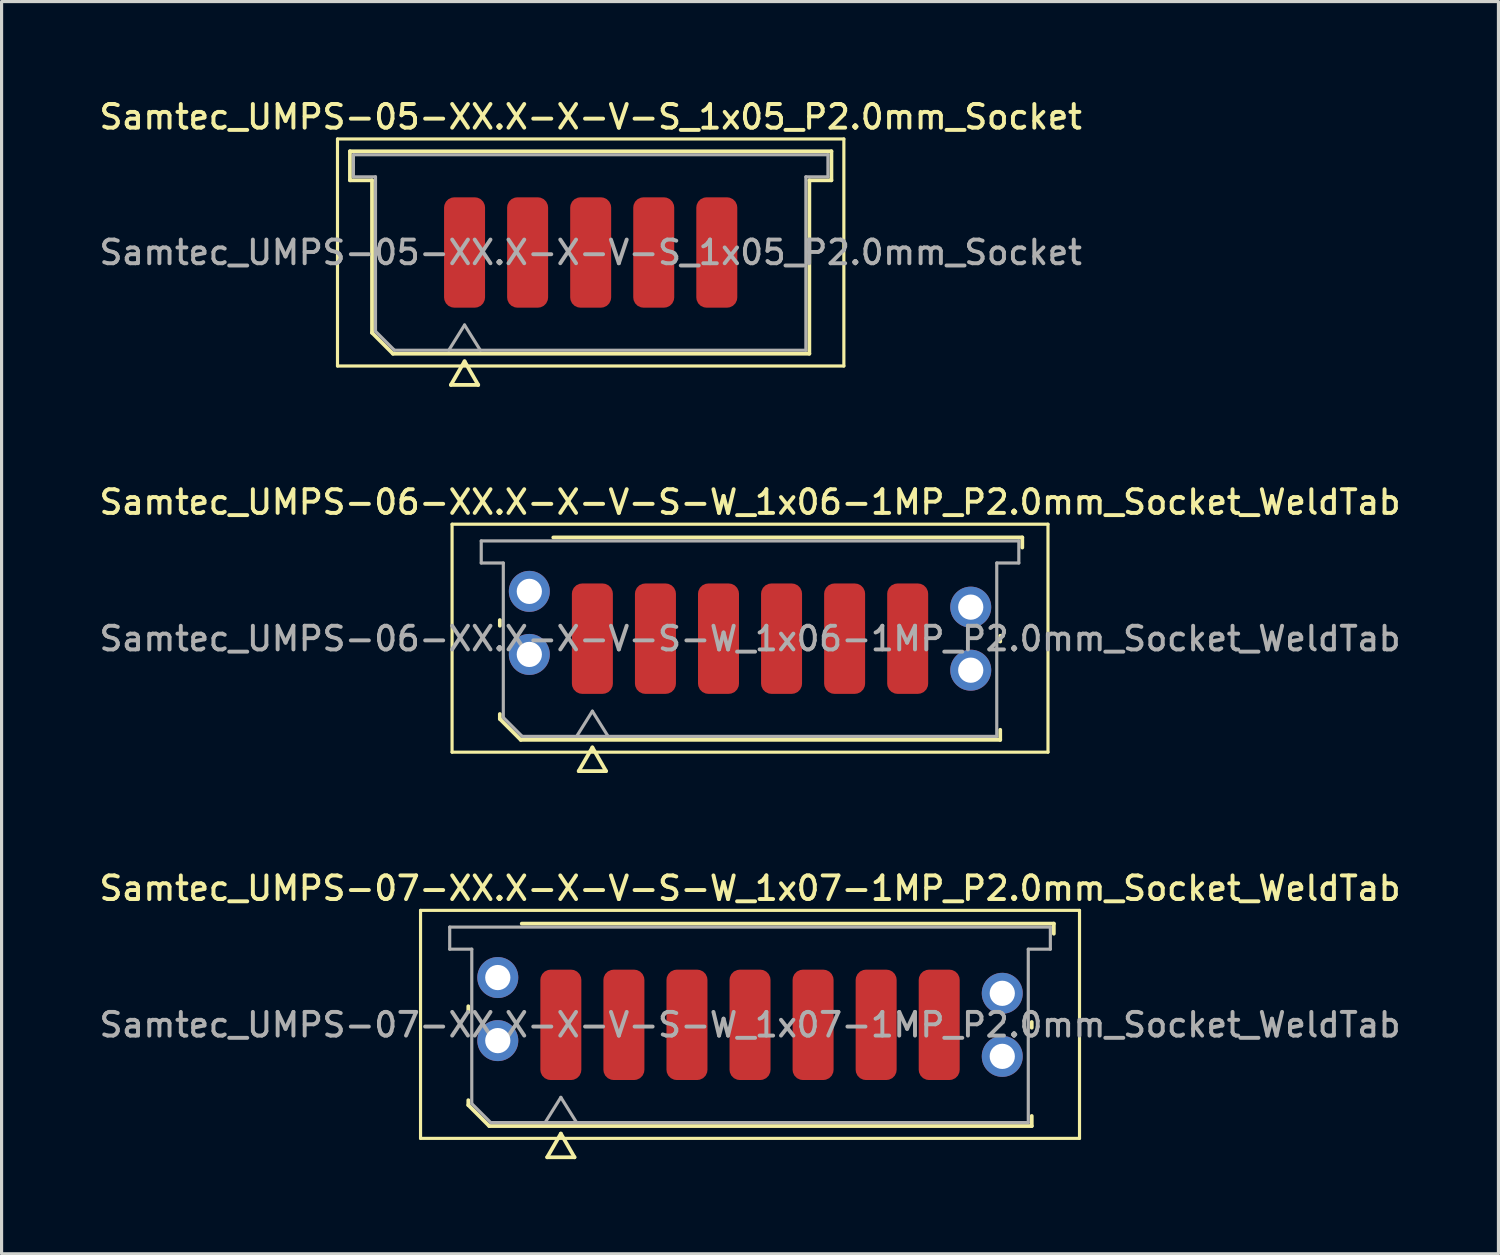
<source format=kicad_pcb>
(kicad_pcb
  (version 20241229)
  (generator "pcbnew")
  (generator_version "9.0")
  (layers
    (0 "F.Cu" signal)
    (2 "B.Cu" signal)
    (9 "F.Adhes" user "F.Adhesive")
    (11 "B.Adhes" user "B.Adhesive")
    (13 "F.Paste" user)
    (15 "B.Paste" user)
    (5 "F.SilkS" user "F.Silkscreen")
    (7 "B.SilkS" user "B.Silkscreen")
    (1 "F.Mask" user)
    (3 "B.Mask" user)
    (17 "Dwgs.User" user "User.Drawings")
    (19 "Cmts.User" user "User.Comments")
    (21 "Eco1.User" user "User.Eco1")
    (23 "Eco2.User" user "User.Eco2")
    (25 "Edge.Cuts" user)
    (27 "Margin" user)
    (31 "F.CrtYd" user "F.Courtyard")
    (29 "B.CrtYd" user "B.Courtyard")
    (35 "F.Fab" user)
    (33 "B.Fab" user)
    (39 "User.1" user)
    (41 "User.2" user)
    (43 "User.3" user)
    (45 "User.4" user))
  (footprint "Samtec_UMPS-06-XX.X-X-V-S-W_1x06-1MP_P2.0mm_Socket_WeldTab"
    (layer "F.Cu")
    (at 20.738 17.206)
    (property "Reference" "Samtec_UMPS-06-XX.X-X-V-S-W_1x06-1MP_P2.0mm_Socket_WeldTab" (at 0 -4.33 0) (layer "F.SilkS") (effects (font (size 0.75 0.75) (thickness 0.125))))
    (attr smd)
    (fp_line (start -9.45 -3.63) (end -9.45 3.6) (stroke (width 0.1) (type solid)) (layer "F.SilkS"))
    (fp_line (start -9.45 3.6) (end 9.45 3.6) (stroke (width 0.1) (type solid)) (layer "F.SilkS"))
    (fp_line (start -7.935 -0.41) (end -7.935 -0.59) (stroke (width 0.12) (type solid)) (layer "F.SilkS"))
    (fp_line (start -7.935 2.546) (end -7.935 2.39) (stroke (width 0.12) (type solid)) (layer "F.SilkS"))
    (fp_line (start -7.271 3.21) (end -7.935 2.546) (stroke (width 0.12) (type solid)) (layer "F.SilkS"))
    (fp_line (start -6.24 -3.21) (end 8.635 -3.21) (stroke (width 0.12) (type solid)) (layer "F.SilkS"))
    (fp_line (start -5.433 4.2) (end -5 3.45) (stroke (width 0.12) (type solid)) (layer "F.SilkS"))
    (fp_line (start -5 3.45) (end -4.567 4.2) (stroke (width 0.12) (type solid)) (layer "F.SilkS"))
    (fp_line (start -4.567 4.2) (end -5.433 4.2) (stroke (width 0.12) (type solid)) (layer "F.SilkS"))
    (fp_line (start 7.935 -0.09) (end 7.935 0.09) (stroke (width 0.12) (type solid)) (layer "F.SilkS"))
    (fp_line (start 7.935 2.89) (end 7.935 3.21) (stroke (width 0.12) (type solid)) (layer "F.SilkS"))
    (fp_line (start 7.935 3.21) (end -7.271 3.21) (stroke (width 0.12) (type solid)) (layer "F.SilkS"))
    (fp_line (start 8.635 -3.21) (end 8.635 -2.89) (stroke (width 0.12) (type solid)) (layer "F.SilkS"))
    (fp_line (start 9.45 -3.63) (end -9.45 -3.63) (stroke (width 0.1) (type solid)) (layer "F.SilkS"))
    (fp_line (start 9.45 3.6) (end 9.45 -3.63) (stroke (width 0.1) (type solid)) (layer "F.SilkS"))
    (fp_line (start -8.525 -3.1) (end 8.525 -3.1) (stroke (width 0.1) (type solid)) (layer "F.Fab"))
    (fp_line (start -8.525 -2.4) (end -8.525 -3.1) (stroke (width 0.1) (type solid)) (layer "F.Fab"))
    (fp_line (start -7.825 -2.4) (end -8.525 -2.4) (stroke (width 0.1) (type solid)) (layer "F.Fab"))
    (fp_line (start -7.825 2.5) (end -7.825 -2.4) (stroke (width 0.1) (type solid)) (layer "F.Fab"))
    (fp_line (start -7.225 3.1) (end -7.825 2.5) (stroke (width 0.1) (type solid)) (layer "F.Fab"))
    (fp_line (start -5.5 3.1) (end -5 2.3) (stroke (width 0.1) (type solid)) (layer "F.Fab"))
    (fp_line (start -5 2.3) (end -4.5 3.1) (stroke (width 0.1) (type solid)) (layer "F.Fab"))
    (fp_line (start 7.825 -2.4) (end 7.825 3.1) (stroke (width 0.1) (type solid)) (layer "F.Fab"))
    (fp_line (start 7.825 3.1) (end -7.225 3.1) (stroke (width 0.1) (type solid)) (layer "F.Fab"))
    (fp_line (start 8.525 -3.1) (end 8.525 -2.4) (stroke (width 0.1) (type solid)) (layer "F.Fab"))
    (fp_line (start 8.525 -2.4) (end 7.825 -2.4) (stroke (width 0.1) (type solid)) (layer "F.Fab"))
    (fp_text user "${REFERENCE}" (at 0 0 0) (layer "F.Fab") (effects (font (size 0.75 0.75) (thickness 0.125))))
    (pad "" smd rect (at -7.725 -1.99) (size 2.45 2.28) (layers "F.Paste"))
    (pad "" smd rect (at -7.725 0.99) (size 2.45 2.28) (layers "F.Paste"))
    (pad "" smd rect (at 7.725 -1.49) (size 2.45 2.28) (layers "F.Paste"))
    (pad "" smd rect (at 7.725 1.49) (size 2.45 2.28) (layers "F.Paste"))
    (pad "1" smd roundrect (at -5 0) (size 1.3 3.5) (layers "F.Cu" "F.Mask" "F.Paste") (roundrect_rratio 0.25))
    (pad "2" smd roundrect (at -3 0) (size 1.3 3.5) (layers "F.Cu" "F.Mask" "F.Paste") (roundrect_rratio 0.25))
    (pad "3" smd roundrect (at -1 0) (size 1.3 3.5) (layers "F.Cu" "F.Mask" "F.Paste") (roundrect_rratio 0.25))
    (pad "4" smd roundrect (at 1 0) (size 1.3 3.5) (layers "F.Cu" "F.Mask" "F.Paste") (roundrect_rratio 0.25))
    (pad "5" smd roundrect (at 3 0) (size 1.3 3.5) (layers "F.Cu" "F.Mask" "F.Paste") (roundrect_rratio 0.25))
    (pad "6" smd roundrect (at 5 0) (size 1.3 3.5) (layers "F.Cu" "F.Mask" "F.Paste") (roundrect_rratio 0.25))
    (pad "MP" thru_hole circle (at -7 -1.5) (size 1.3 1.3) (drill 0.8) (layers "*.Cu" "*.Mask"))
    (pad "MP" thru_hole circle (at -7 0.5) (size 1.3 1.3) (drill 0.8) (layers "*.Cu" "*.Mask"))
    (pad "MP" thru_hole circle (at 7 -1) (size 1.3 1.3) (drill 0.8) (layers "*.Cu" "*.Mask"))
    (pad "MP" thru_hole circle (at 7 1) (size 1.3 1.3) (drill 0.8) (layers "*.Cu" "*.Mask")))
  (footprint "Samtec_UMPS-05-XX.X-X-V-S_1x05_P2.0mm_Socket"
    (layer "F.Cu")
    (at 15.684 4.958)
    (property "Reference" "Samtec_UMPS-05-XX.X-X-V-S_1x05_P2.0mm_Socket" (at 0 -4.3 0) (layer "F.SilkS") (effects (font (size 0.75 0.75) (thickness 0.125))))
    (attr smd)
    (fp_line (start -8.03 -3.6) (end -8.03 3.6) (stroke (width 0.1) (type solid)) (layer "F.SilkS"))
    (fp_line (start -8.03 3.6) (end 8.03 3.6) (stroke (width 0.1) (type solid)) (layer "F.SilkS"))
    (fp_line (start -7.635 -3.21) (end 7.635 -3.21) (stroke (width 0.12) (type solid)) (layer "F.SilkS"))
    (fp_line (start -7.635 -2.29) (end -7.635 -3.21) (stroke (width 0.12) (type solid)) (layer "F.SilkS"))
    (fp_line (start -6.935 -2.29) (end -7.635 -2.29) (stroke (width 0.12) (type solid)) (layer "F.SilkS"))
    (fp_line (start -6.935 2.546) (end -6.935 -2.29) (stroke (width 0.12) (type solid)) (layer "F.SilkS"))
    (fp_line (start -6.271 3.21) (end -6.935 2.546) (stroke (width 0.12) (type solid)) (layer "F.SilkS"))
    (fp_line (start -4.433 4.2) (end -4 3.45) (stroke (width 0.12) (type solid)) (layer "F.SilkS"))
    (fp_line (start -4 3.45) (end -3.567 4.2) (stroke (width 0.12) (type solid)) (layer "F.SilkS"))
    (fp_line (start -3.567 4.2) (end -4.433 4.2) (stroke (width 0.12) (type solid)) (layer "F.SilkS"))
    (fp_line (start 6.935 -2.29) (end 6.935 3.21) (stroke (width 0.12) (type solid)) (layer "F.SilkS"))
    (fp_line (start 6.935 3.21) (end -6.271 3.21) (stroke (width 0.12) (type solid)) (layer "F.SilkS"))
    (fp_line (start 7.635 -3.21) (end 7.635 -2.29) (stroke (width 0.12) (type solid)) (layer "F.SilkS"))
    (fp_line (start 7.635 -2.29) (end 6.935 -2.29) (stroke (width 0.12) (type solid)) (layer "F.SilkS"))
    (fp_line (start 8.03 -3.6) (end -8.03 -3.6) (stroke (width 0.1) (type solid)) (layer "F.SilkS"))
    (fp_line (start 8.03 3.6) (end 8.03 -3.6) (stroke (width 0.1) (type solid)) (layer "F.SilkS"))
    (fp_line (start -7.525 -3.1) (end 7.525 -3.1) (stroke (width 0.1) (type solid)) (layer "F.Fab"))
    (fp_line (start -7.525 -2.4) (end -7.525 -3.1) (stroke (width 0.1) (type solid)) (layer "F.Fab"))
    (fp_line (start -6.825 -2.4) (end -7.525 -2.4) (stroke (width 0.1) (type solid)) (layer "F.Fab"))
    (fp_line (start -6.825 2.5) (end -6.825 -2.4) (stroke (width 0.1) (type solid)) (layer "F.Fab"))
    (fp_line (start -6.225 3.1) (end -6.825 2.5) (stroke (width 0.1) (type solid)) (layer "F.Fab"))
    (fp_line (start -4.5 3.1) (end -4 2.3) (stroke (width 0.1) (type solid)) (layer "F.Fab"))
    (fp_line (start -4 2.3) (end -3.5 3.1) (stroke (width 0.1) (type solid)) (layer "F.Fab"))
    (fp_line (start 6.825 -2.4) (end 6.825 3.1) (stroke (width 0.1) (type solid)) (layer "F.Fab"))
    (fp_line (start 6.825 3.1) (end -6.225 3.1) (stroke (width 0.1) (type solid)) (layer "F.Fab"))
    (fp_line (start 7.525 -3.1) (end 7.525 -2.4) (stroke (width 0.1) (type solid)) (layer "F.Fab"))
    (fp_line (start 7.525 -2.4) (end 6.825 -2.4) (stroke (width 0.1) (type solid)) (layer "F.Fab"))
    (fp_text user "${REFERENCE}" (at 0 0 0) (layer "F.Fab") (effects (font (size 0.75 0.75) (thickness 0.125))))
    (pad "1" smd roundrect (at -4 0) (size 1.3 3.5) (layers "F.Cu" "F.Mask" "F.Paste") (roundrect_rratio 0.25))
    (pad "2" smd roundrect (at -2 0) (size 1.3 3.5) (layers "F.Cu" "F.Mask" "F.Paste") (roundrect_rratio 0.25))
    (pad "3" smd roundrect (at 0 0) (size 1.3 3.5) (layers "F.Cu" "F.Mask" "F.Paste") (roundrect_rratio 0.25))
    (pad "4" smd roundrect (at 2 0) (size 1.3 3.5) (layers "F.Cu" "F.Mask" "F.Paste") (roundrect_rratio 0.25))
    (pad "5" smd roundrect (at 4 0) (size 1.3 3.5) (layers "F.Cu" "F.Mask" "F.Paste") (roundrect_rratio 0.25)))
  (footprint "Samtec_UMPS-07-XX.X-X-V-S-W_1x07-1MP_P2.0mm_Socket_WeldTab"
    (layer "F.Cu")
    (at 20.738 29.454)
    (property "Reference" "Samtec_UMPS-07-XX.X-X-V-S-W_1x07-1MP_P2.0mm_Socket_WeldTab" (at 0 -4.33 0) (layer "F.SilkS") (effects (font (size 0.75 0.75) (thickness 0.125))))
    (attr smd)
    (fp_line (start -10.45 -3.63) (end -10.45 3.6) (stroke (width 0.1) (type solid)) (layer "F.SilkS"))
    (fp_line (start -10.45 3.6) (end 10.45 3.6) (stroke (width 0.1) (type solid)) (layer "F.SilkS"))
    (fp_line (start -8.935 -0.41) (end -8.935 -0.59) (stroke (width 0.12) (type solid)) (layer "F.SilkS"))
    (fp_line (start -8.935 2.546) (end -8.935 2.39) (stroke (width 0.12) (type solid)) (layer "F.SilkS"))
    (fp_line (start -8.271 3.21) (end -8.935 2.546) (stroke (width 0.12) (type solid)) (layer "F.SilkS"))
    (fp_line (start -7.24 -3.21) (end 9.635 -3.21) (stroke (width 0.12) (type solid)) (layer "F.SilkS"))
    (fp_line (start -6.433 4.2) (end -6 3.45) (stroke (width 0.12) (type solid)) (layer "F.SilkS"))
    (fp_line (start -6 3.45) (end -5.567 4.2) (stroke (width 0.12) (type solid)) (layer "F.SilkS"))
    (fp_line (start -5.567 4.2) (end -6.433 4.2) (stroke (width 0.12) (type solid)) (layer "F.SilkS"))
    (fp_line (start 8.935 -0.09) (end 8.935 0.09) (stroke (width 0.12) (type solid)) (layer "F.SilkS"))
    (fp_line (start 8.935 2.89) (end 8.935 3.21) (stroke (width 0.12) (type solid)) (layer "F.SilkS"))
    (fp_line (start 8.935 3.21) (end -8.271 3.21) (stroke (width 0.12) (type solid)) (layer "F.SilkS"))
    (fp_line (start 9.635 -3.21) (end 9.635 -2.89) (stroke (width 0.12) (type solid)) (layer "F.SilkS"))
    (fp_line (start 10.45 -3.63) (end -10.45 -3.63) (stroke (width 0.1) (type solid)) (layer "F.SilkS"))
    (fp_line (start 10.45 3.6) (end 10.45 -3.63) (stroke (width 0.1) (type solid)) (layer "F.SilkS"))
    (fp_line (start -9.525 -3.1) (end 9.525 -3.1) (stroke (width 0.1) (type solid)) (layer "F.Fab"))
    (fp_line (start -9.525 -2.4) (end -9.525 -3.1) (stroke (width 0.1) (type solid)) (layer "F.Fab"))
    (fp_line (start -8.825 -2.4) (end -9.525 -2.4) (stroke (width 0.1) (type solid)) (layer "F.Fab"))
    (fp_line (start -8.825 2.5) (end -8.825 -2.4) (stroke (width 0.1) (type solid)) (layer "F.Fab"))
    (fp_line (start -8.225 3.1) (end -8.825 2.5) (stroke (width 0.1) (type solid)) (layer "F.Fab"))
    (fp_line (start -6.5 3.1) (end -6 2.3) (stroke (width 0.1) (type solid)) (layer "F.Fab"))
    (fp_line (start -6 2.3) (end -5.5 3.1) (stroke (width 0.1) (type solid)) (layer "F.Fab"))
    (fp_line (start 8.825 -2.4) (end 8.825 3.1) (stroke (width 0.1) (type solid)) (layer "F.Fab"))
    (fp_line (start 8.825 3.1) (end -8.225 3.1) (stroke (width 0.1) (type solid)) (layer "F.Fab"))
    (fp_line (start 9.525 -3.1) (end 9.525 -2.4) (stroke (width 0.1) (type solid)) (layer "F.Fab"))
    (fp_line (start 9.525 -2.4) (end 8.825 -2.4) (stroke (width 0.1) (type solid)) (layer "F.Fab"))
    (fp_text user "${REFERENCE}" (at 0 0 0) (layer "F.Fab") (effects (font (size 0.75 0.75) (thickness 0.125))))
    (pad "" smd rect (at -8.725 -1.99) (size 2.45 2.28) (layers "F.Paste"))
    (pad "" smd rect (at -8.725 0.99) (size 2.45 2.28) (layers "F.Paste"))
    (pad "" smd rect (at 8.725 -1.49) (size 2.45 2.28) (layers "F.Paste"))
    (pad "" smd rect (at 8.725 1.49) (size 2.45 2.28) (layers "F.Paste"))
    (pad "1" smd roundrect (at -6 0) (size 1.3 3.5) (layers "F.Cu" "F.Mask" "F.Paste") (roundrect_rratio 0.25))
    (pad "2" smd roundrect (at -4 0) (size 1.3 3.5) (layers "F.Cu" "F.Mask" "F.Paste") (roundrect_rratio 0.25))
    (pad "3" smd roundrect (at -2 0) (size 1.3 3.5) (layers "F.Cu" "F.Mask" "F.Paste") (roundrect_rratio 0.25))
    (pad "4" smd roundrect (at 0 0) (size 1.3 3.5) (layers "F.Cu" "F.Mask" "F.Paste") (roundrect_rratio 0.25))
    (pad "5" smd roundrect (at 2 0) (size 1.3 3.5) (layers "F.Cu" "F.Mask" "F.Paste") (roundrect_rratio 0.25))
    (pad "6" smd roundrect (at 4 0) (size 1.3 3.5) (layers "F.Cu" "F.Mask" "F.Paste") (roundrect_rratio 0.25))
    (pad "7" smd roundrect (at 6 0) (size 1.3 3.5) (layers "F.Cu" "F.Mask" "F.Paste") (roundrect_rratio 0.25))
    (pad "MP" thru_hole circle (at -8 -1.5) (size 1.3 1.3) (drill 0.8) (layers "*.Cu" "*.Mask"))
    (pad "MP" thru_hole circle (at -8 0.5) (size 1.3 1.3) (drill 0.8) (layers "*.Cu" "*.Mask"))
    (pad "MP" thru_hole circle (at 8 -1) (size 1.3 1.3) (drill 0.8) (layers "*.Cu" "*.Mask"))
    (pad "MP" thru_hole circle (at 8 1) (size 1.3 1.3) (drill 0.8) (layers "*.Cu" "*.Mask")))
  (gr_rect
    (start -3 -3)
    (end 44.475 36.714)
    (stroke (width 0.1) (type default))
    (fill no)
    (layer "Edge.Cuts")))
</source>
